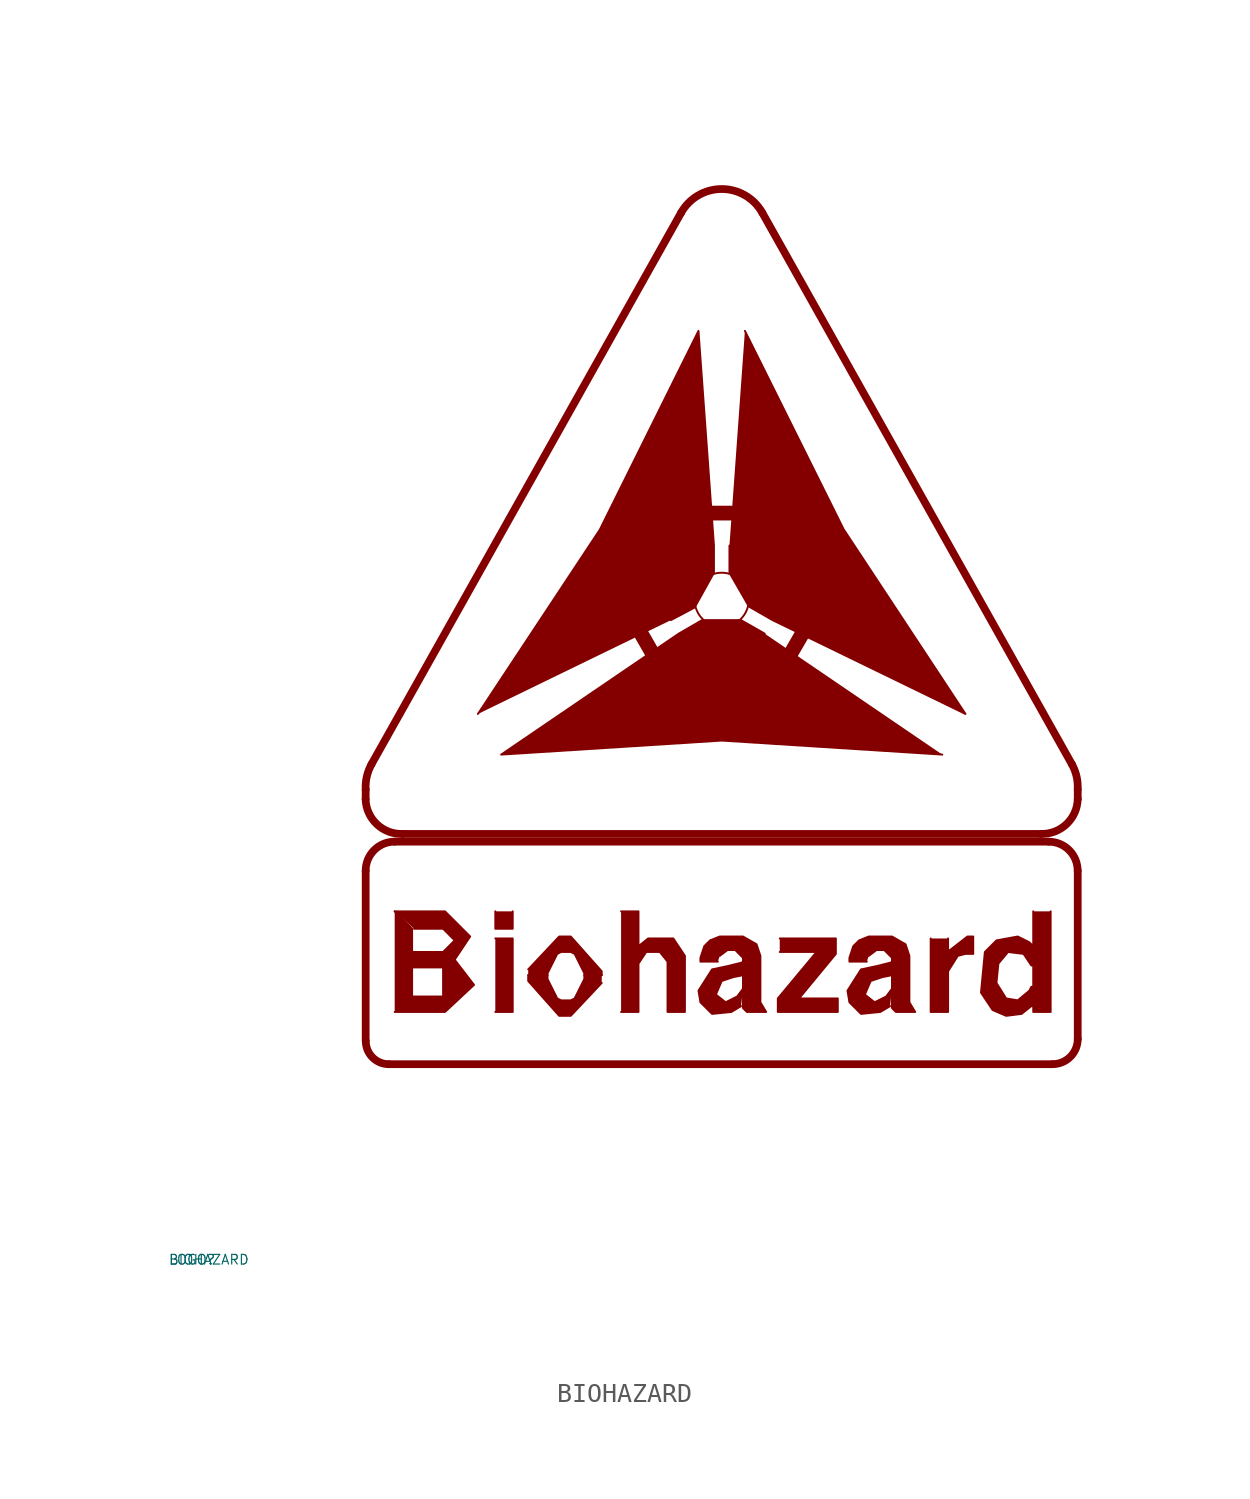
<source format=kicad_sym>
(kicad_symbol_lib
  (version 20220914)
  (generator Eagle2Kicad)
  (symbol "BIOHAZARD"
    (property "Reference" "LOGO"
      (at -10 -10 0)
      (effects (font (size 0.5 0.5) (thickness 0.06)) (justify left)))
    (property "Value" "BIOHAZARD"
      (at -10 -10 0)
      (effects (font (size 0.5 0.5) (thickness 0.06)) (justify left)))
    (polyline
      (pts (xy 6 18.2) (xy 12.3 27.725) (xy 17.4 38) (xy 18.2 26.9) (xy 18.2 25.5) (xy 17.2 23.7) (xy 15.975 23.05))
      (stroke (width 0.1) (type default))
      (fill (type outline)))
    (polyline
      (pts (xy 30 16.1) (xy 18.6 16.825) (xy 7.2 16.1) (xy 16.375 22.35) (xy 17.587 23.053) (xy 19.6 23.05) (xy 20.825 22.35))
      (stroke (width 0.1) (type default))
      (fill (type outline)))
    (polyline
      (pts (xy 19.8 38) (xy 24.9 27.75) (xy 31.2 18.2) (xy 21.225 23.05) (xy 20.012 23.746) (xy 19 25.5) (xy 19 26.9))
      (stroke (width 0.1) (type default))
      (fill (type outline)))
    (polyline
      (pts (xy 22.15 28.95) (xy 21.25 28.25) (xy 15.925 28.25) (xy 15.05 28.975))
      (stroke (width 0.1) (type default))
      (fill (type outline)))
    (polyline
      (pts (xy 12.625 24.749) (xy 13.681 24.32) (xy 16.343 19.708) (xy 16.153 18.588))
      (stroke (width 0.1) (type default))
      (fill (type outline)))
    (polyline
      (pts (xy 21.025 18.601) (xy 20.869 19.73) (xy 23.532 24.342) (xy 24.597 24.737))
      (stroke (width 0.1) (type default))
      (fill (type outline)))
    (polyline
      (pts (xy 1.7 8) (xy 4.3 8) (xy 5.6 6.7) (xy 4.8 5.5) (xy 2.6 5.5) (xy 2.6 5.9) (xy 4.2 5.9) (xy 4.8 6.5) (xy 4.2 7.1) (xy 2.7 7.1))
      (stroke (width 0.1) (type default))
      (fill (type outline)))
    (polyline
      (pts (xy 1.7 2.8) (xy 4.3 2.8) (xy 5.8 4.2) (xy 4.8 5.5) (xy 2.6 5.5) (xy 2.6 5.1) (xy 4.2 5.1) (xy 4.2 3.6) (xy 2.6 3.6) (xy 2.6 5.1) (xy 2.5 5.1) (xy 2.6 5.9) (xy 2.6 7.1) (xy 1.7 8))
      (stroke (width 0.1) (type default))
      (fill (type outline)))
    (polyline
      (pts (xy 8.6 4.7) (xy 9.6 4.7) (xy 9.6 4.8) (xy 10.1 5.8) (xy 10.3 5.9) (xy 10.8 5.9) (xy 11 5.8) (xy 11.5 4.8) (xy 11.5 4.7) (xy 12.4 4.7) (xy 12.4 4.9) (xy 10.8 6.7) (xy 10.2 6.7) (xy 8.6 5))
      (stroke (width 0.1) (type default))
      (fill (type outline)))
    (polyline
      (pts (xy 12.4 4.7) (xy 11.5 4.7) (xy 11.5 4.5) (xy 11 3.5) (xy 10.8 3.4) (xy 10.3 3.4) (xy 10.1 3.5) (xy 9.6 4.5) (xy 9.6 4.7) (xy 8.6 4.7) (xy 8.6 4.4) (xy 10.2 2.6) (xy 10.8 2.6) (xy 12.4 4.3))
      (stroke (width 0.1) (type default))
      (fill (type outline)))
    (polyline
      (pts (xy 13.4 2.8) (xy 14.3 2.8) (xy 14.3 5.3) (xy 14.7 5.9) (xy 15.4 5.9) (xy 15.8 5.4) (xy 15.8 2.8) (xy 16.7 2.8) (xy 16.7 5.7) (xy 16.1 6.6) (xy 14.8 6.6) (xy 14.3 6.2) (xy 14.3 8) (xy 13.4 8))
      (stroke (width 0.1) (type default))
      (fill (type outline)))
    (polyline
      (pts (xy 18.4 5.4) (xy 17.5 5.4) (xy 17.5 5.6) (xy 17.7 6.2) (xy 18 6.5) (xy 18.5 6.7) (xy 19.7 6.7) (xy 20.4 6.3) (xy 20.6 5.7) (xy 20.6 3.4) (xy 20.6 3.3) (xy 20.9 2.8) (xy 19.9 2.8) (xy 19.7 3) (xy 19.7 5.4) (xy 19.7 5.6) (xy 19.3 6) (xy 18.9 6) (xy 18.5 5.7))
      (stroke (width 0.1) (type default))
      (fill (type outline)))
    (polyline
      (pts (xy 19.7 4) (xy 19.4 3.6) (xy 18.8 3.3) (xy 18.3 3.7) (xy 18.6 4.4) (xy 19.2 4.6) (xy 19.7 4.7) (xy 19.7 5.4) (xy 19.625 5.35) (xy 18.925 5.175) (xy 18.1 5) (xy 17.4 3.9) (xy 17.5 3.3) (xy 18.1 2.7) (xy 19.1 2.8) (xy 19.6 3.1))
      (stroke (width 0.1) (type default))
      (fill (type outline)))
    (polyline
      (pts (xy 21.6 6.6) (xy 24.5 6.6) (xy 24.5 5.8) (xy 22.6 3.5) (xy 24.6 3.5) (xy 24.6 2.8) (xy 21.5 2.8) (xy 21.5 3.5) (xy 23.5 5.9) (xy 21.6 5.9))
      (stroke (width 0.1) (type default))
      (fill (type outline)))
    (polyline
      (pts (xy 26.1 5.4) (xy 25.2 5.4) (xy 25.2 5.6) (xy 25.4 6.2) (xy 25.7 6.5) (xy 26.2 6.7) (xy 27.4 6.7) (xy 28.1 6.3) (xy 28.3 5.7) (xy 28.3 3.4) (xy 28.3 3.3) (xy 28.6 2.8) (xy 27.6 2.8) (xy 27.4 3) (xy 27.4 5.4) (xy 27.4 5.6) (xy 27 6) (xy 26.6 6) (xy 26.2 5.7))
      (stroke (width 0.1) (type default))
      (fill (type outline)))
    (polyline
      (pts (xy 27.4 4) (xy 27.1 3.6) (xy 26.5 3.3) (xy 26 3.7) (xy 26.3 4.4) (xy 26.9 4.6) (xy 27.4 4.7) (xy 27.4 5.4) (xy 27.325 5.35) (xy 26.625 5.175) (xy 25.8 5) (xy 25.1 3.9) (xy 25.2 3.3) (xy 25.8 2.7) (xy 26.8 2.8) (xy 27.3 3.1))
      (stroke (width 0.1) (type default))
      (fill (type outline)))
    (polyline
      (pts (xy 29.4 6.6) (xy 29.4 2.8) (xy 30.3 2.8) (xy 30.3 4.9) (xy 30.8 5.7) (xy 31.2 5.8) (xy 31.6 5.8) (xy 31.6 6.7) (xy 31.3 6.7) (xy 30.4 6) (xy 30.3 6) (xy 30.3 6.6))
      (stroke (width 0.1) (type default))
      (fill (type outline)))
    (polyline
      (pts (xy 34.6 6.3) (xy 34.5 6.4) (xy 33.9 6.7) (xy 32.8 6.5) (xy 32.2 5.9) (xy 32 3.8) (xy 32.6 2.9) (xy 33.3 2.6) (xy 34.1 2.7) (xy 34.6 3.1) (xy 34.7 3.1) (xy 34.7 4.1) (xy 34.6 4.1) (xy 34.5 3.9) (xy 33.9 3.4) (xy 33.3 3.5) (xy 32.8 4.3) (xy 32.9 5.3) (xy 33.4 5.9) (xy 34.2 5.8) (xy 34.6 5.2) (xy 34.7 5.2) (xy 34.7 6.3))
      (stroke (width 0.1) (type default))
      (fill (type outline)))
    (polyline
      (pts (xy 34.7 8) (xy 34.7 2.8) (xy 35.6 2.8) (xy 35.6 8))
      (stroke (width 0.1) (type default))
      (fill (type outline)))
    (polyline
      (pts (xy 6.9 2.8) (xy 7.8 2.8) (xy 7.8 6.6) (xy 6.9 6.6))
      (stroke (width 0.1) (type default))
      (fill (type outline)))
    (polyline
      (pts (xy 6.9 8) (xy 6.9 7.1) (xy 7.8 7.1) (xy 7.8 8))
      (stroke (width 0.1) (type default))
      (fill (type outline)))
    (polyline
      (pts (xy 1.4 0.1) (xy 35.7 0.1))
      (stroke (width 0.4) (type default))
      (fill (type none)))
    (arc
      (start 35.7 0.1)
      (mid 36.619 0.481)
      (end 37 1.4)
      (stroke (width 0.4) (type default))
      (fill (type none)))
    (polyline
      (pts (xy 37 1.4) (xy 37 10.1))
      (stroke (width 0.4) (type default))
      (fill (type none)))
    (arc
      (start 37 10.1)
      (mid 36.561 11.161)
      (end 35.5 11.6)
      (stroke (width 0.4) (type default))
      (fill (type none)))
    (polyline
      (pts (xy 35.5 11.6) (xy 1.7 11.6))
      (stroke (width 0.4) (type default))
      (fill (type none)))
    (arc
      (start 1.7 11.6)
      (mid 0.639 11.161)
      (end 0.2 10.1)
      (stroke (width 0.4) (type default))
      (fill (type none)))
    (polyline
      (pts (xy 0.2 10.1) (xy 0.2 1.3))
      (stroke (width 0.4) (type default))
      (fill (type none)))
    (arc
      (start 0.2 1.3)
      (mid 0.551 0.451)
      (end 1.4 0.1)
      (stroke (width 0.4) (type default))
      (fill (type none)))
    (polyline
      (pts (xy 2.1 12) (xy 35.1 12))
      (stroke (width 0.4) (type default))
      (fill (type none)))
    (arc
      (start 35.1 12)
      (mid 36.423 12.506)
      (end 37 13.8)
      (stroke (width 0.4) (type default))
      (fill (type none)))
    (polyline
      (pts (xy 37 13.8) (xy 37 14.3))
      (stroke (width 0.4) (type default))
      (fill (type none)))
    (arc
      (start 37 14.3)
      (mid 36.941 14.971)
      (end 36.7 15.6)
      (stroke (width 0.4) (type default))
      (fill (type none)))
    (polyline
      (pts (xy 36.7 15.6) (xy 20.7 44.1))
      (stroke (width 0.4) (type default))
      (fill (type none)))
    (arc
      (start 20.7 44.1)
      (mid 18.600 45.330)
      (end 16.5 44.1)
      (stroke (width 0.4) (type default))
      (fill (type none)))
    (arc
      (start 0.2 13.8)
      (mid 0.777 12.506)
      (end 2.1 12)
      (stroke (width 0.4) (type default))
      (fill (type none)))
    (polyline
      (pts (xy 0.2 13.8) (xy 0.2 14.3))
      (stroke (width 0.4) (type default))
      (fill (type none)))
    (arc
      (start 0.5 15.6)
      (mid 0.259 14.971)
      (end 0.2 14.3)
      (stroke (width 0.4) (type default))
      (fill (type none)))
    (polyline
      (pts (xy 0.5 15.6) (xy 16.5 44.1))
      (stroke (width 0.4) (type default))
      (fill (type none)))
    (circle
      (center 18.6 24.1)
      (radius 1.4)
      (stroke (width 0.1) (type default))
      (fill (type none)))))
</source>
